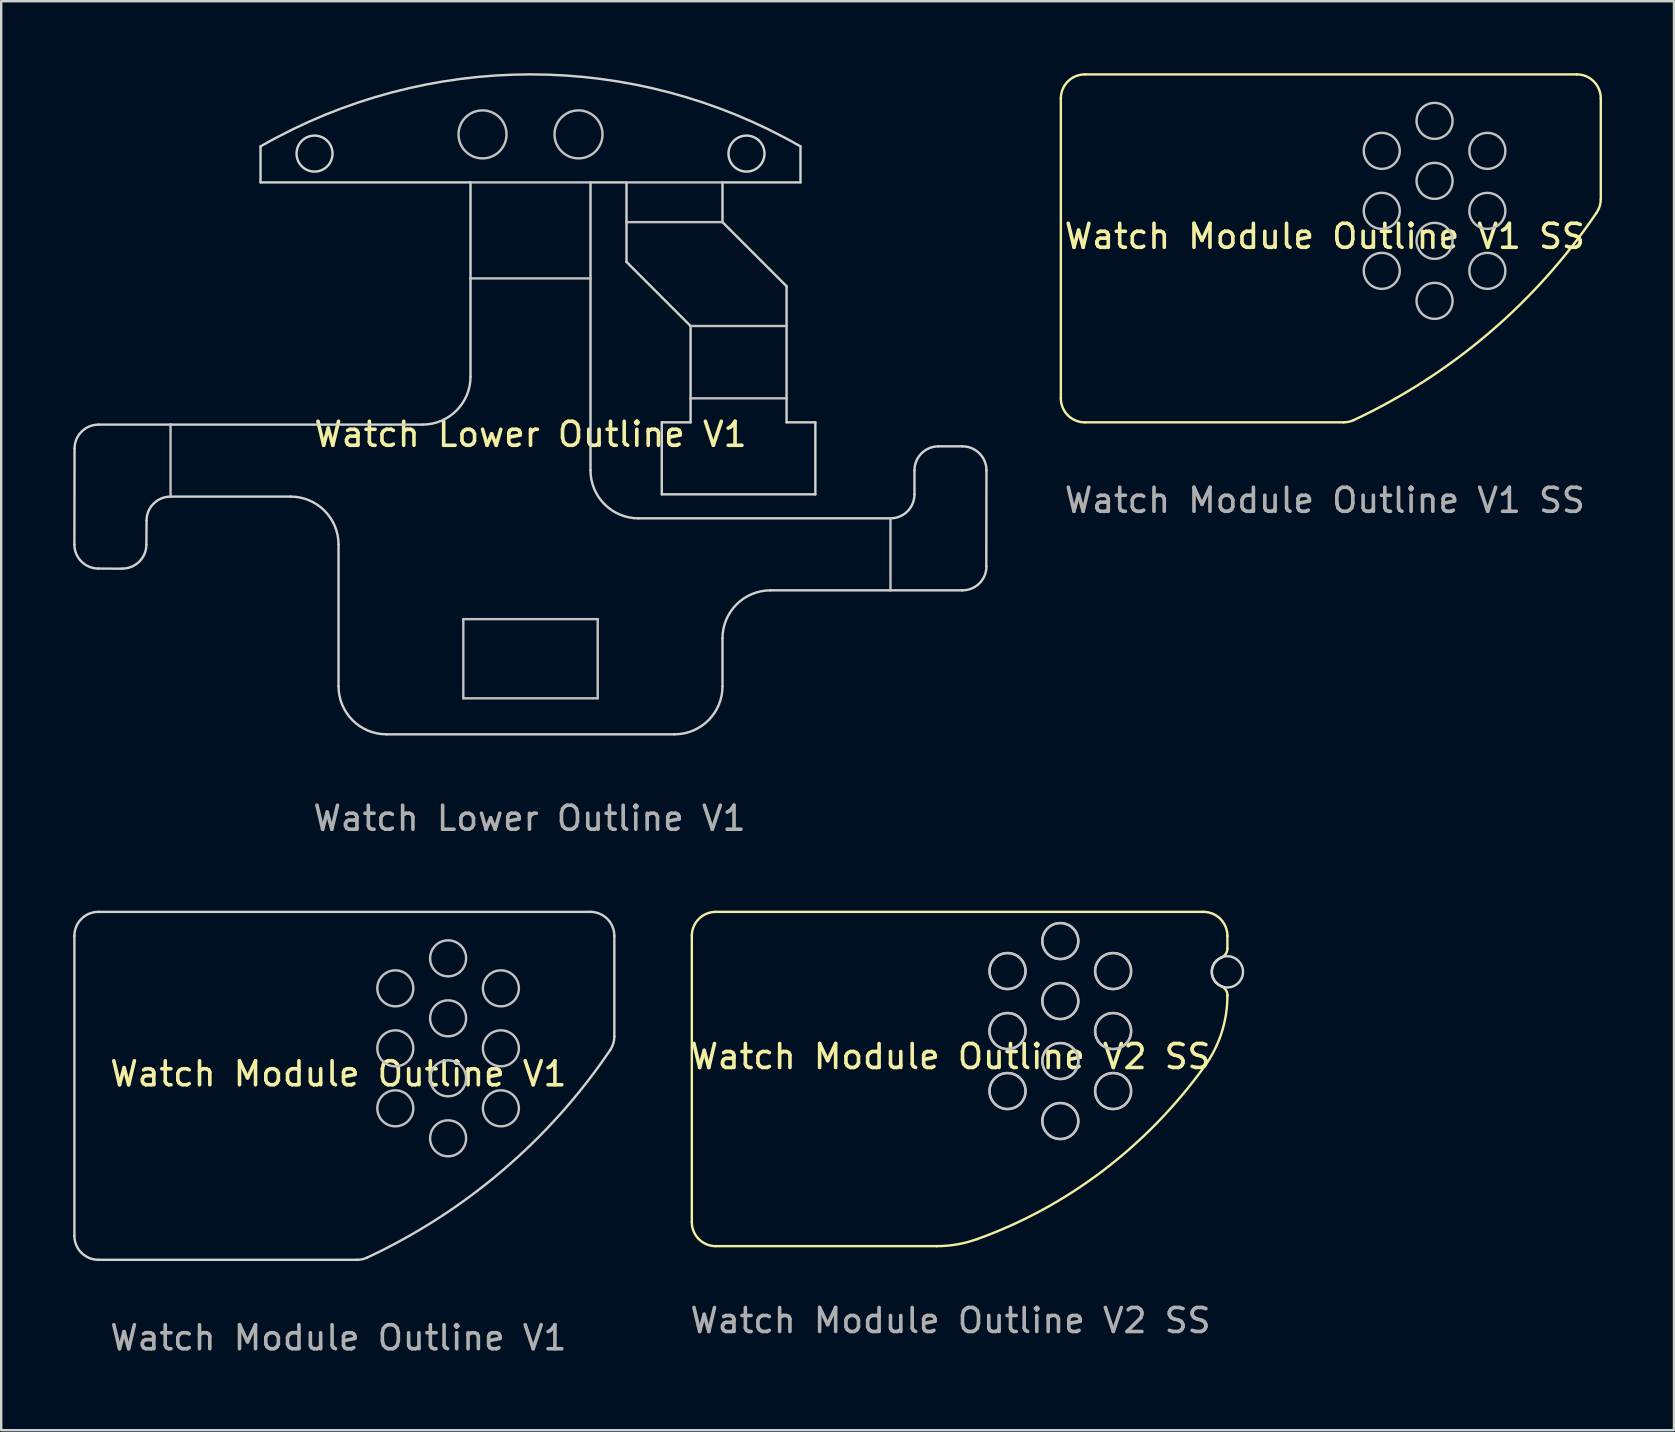
<source format=kicad_pcb>
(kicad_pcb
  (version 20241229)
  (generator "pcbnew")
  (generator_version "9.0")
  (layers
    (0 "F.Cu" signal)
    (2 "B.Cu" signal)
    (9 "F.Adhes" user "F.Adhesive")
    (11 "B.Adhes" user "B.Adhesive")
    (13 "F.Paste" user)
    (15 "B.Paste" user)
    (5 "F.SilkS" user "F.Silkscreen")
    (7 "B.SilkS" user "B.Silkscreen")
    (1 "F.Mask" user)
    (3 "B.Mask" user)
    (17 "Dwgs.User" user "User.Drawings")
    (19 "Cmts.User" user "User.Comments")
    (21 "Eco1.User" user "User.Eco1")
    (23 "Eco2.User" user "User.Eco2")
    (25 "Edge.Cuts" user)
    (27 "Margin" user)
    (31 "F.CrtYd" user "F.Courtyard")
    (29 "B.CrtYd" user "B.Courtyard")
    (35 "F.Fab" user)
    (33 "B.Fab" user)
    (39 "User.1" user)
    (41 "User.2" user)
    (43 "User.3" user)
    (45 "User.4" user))
  (footprint "Watch Module Outline V1 SS"
    (layer "F.Cu")
    (at 52.157 7.3)
    (property "Reference" "Watch Module Outline V1 SS" (at 0 -0.5 0) (unlocked yes) (layer "F.SilkS") (effects (font (size 1 1) (thickness 0.15))))
    (attr smd)
    (fp_line (start -11 -6.25) (end -11 6.25) (stroke (width 0.1) (type solid)) (layer "F.SilkS"))
    (fp_line (start -10 7.25) (end 0.78 7.25) (stroke (width 0.1) (type solid)) (layer "F.SilkS"))
    (fp_line (start 10.5 -7.25) (end -10 -7.25) (stroke (width 0.1) (type solid)) (layer "F.SilkS"))
    (fp_line (start 11.5 -2.053) (end 11.5 -6.25) (stroke (width 0.1) (type solid)) (layer "F.SilkS"))
    (fp_arc (start -10.999904 -6.25) (mid -10.707023 -6.957118) (end -9.999904 -7.25) (stroke (width 0.1) (type solid)) (layer "F.SilkS"))
    (fp_arc (start -9.999904 7.25) (mid -10.707026 6.957123) (end -10.999904 6.25) (stroke (width 0.1) (type solid)) (layer "F.SilkS"))
    (fp_arc (start 1.203704 7.155872) (mid 0.997095 7.226183) (end 0.780153 7.25) (stroke (width 0.1) (type solid)) (layer "F.SilkS"))
    (fp_arc (start 10.500096 -7.25) (mid 11.207203 -6.957107) (end 11.500096 -6.25) (stroke (width 0.1) (type solid)) (layer "F.SilkS"))
    (fp_arc (start 11.328545 -1.492879) (mid 6.85254 3.518002) (end 1.203694 7.155872) (stroke (width 0.1) (type solid)) (layer "F.SilkS"))
    (fp_arc (start 11.500096 -2.0528) (mid 11.456272 -1.760008) (end 11.328641 -1.492878) (stroke (width 0.1) (type solid)) (layer "F.SilkS"))
    (fp_circle (center 2.373 -4.063) (end 1.623 -4.063) (stroke (width 0.1) (type solid)) (fill no) (layer "Dwgs.User"))
    (fp_circle (center 2.373 -1.563) (end 1.623 -1.563) (stroke (width 0.1) (type solid)) (fill no) (layer "Dwgs.User"))
    (fp_circle (center 2.373 0.937) (end 1.623 0.937) (stroke (width 0.1) (type solid)) (fill no) (layer "Dwgs.User"))
    (fp_circle (center 4.573 -5.313) (end 3.823 -5.313) (stroke (width 0.1) (type solid)) (fill no) (layer "Dwgs.User"))
    (fp_circle (center 4.573 -2.813) (end 3.823 -2.813) (stroke (width 0.1) (type solid)) (fill no) (layer "Dwgs.User"))
    (fp_circle (center 4.573 -0.313) (end 3.823 -0.313) (stroke (width 0.1) (type solid)) (fill no) (layer "Dwgs.User"))
    (fp_circle (center 4.573 2.187) (end 3.823 2.187) (stroke (width 0.1) (type solid)) (fill no) (layer "Dwgs.User"))
    (fp_circle (center 6.773 -4.063) (end 6.023 -4.063) (stroke (width 0.1) (type solid)) (fill no) (layer "Dwgs.User"))
    (fp_circle (center 6.773 -1.563) (end 6.023 -1.563) (stroke (width 0.1) (type solid)) (fill no) (layer "Dwgs.User"))
    (fp_circle (center 6.773 0.937) (end 6.023 0.937) (stroke (width 0.1) (type solid)) (fill no) (layer "Dwgs.User"))
    (fp_text user "${REFERENCE}" (at 0 10.5 0) (unlocked yes) (layer "F.Fab") (effects (font (size 1 1) (thickness 0.15)))))
  (footprint "Watch Module Outline V2 SS"
    (layer "F.Cu")
    (at 36.558 41.479)
    (property "Reference" "Watch Module Outline V2 SS" (at 0 -0.5 0) (unlocked yes) (layer "F.SilkS") (effects (font (size 1 1) (thickness 0.15))))
    (attr smd)
    (fp_line (start -10.779 -5.531) (end -10.779 6.4) (stroke (width 0.1) (type solid)) (layer "F.SilkS"))
    (fp_line (start -9.779 7.4) (end -0.58 7.4) (stroke (width 0.1) (type solid)) (layer "F.SilkS"))
    (fp_line (start 10.539 -6.531) (end -9.779 -6.531) (stroke (width 0.1) (type solid)) (layer "F.SilkS"))
    (fp_line (start 11.539 -5.001) (end 11.539 -5.531) (stroke (width 0.1) (type solid)) (layer "F.SilkS"))
    (fp_line (start 11.539 -3.028) (end 11.539 -3.06) (stroke (width 0.1) (type solid)) (layer "F.SilkS"))
    (fp_arc (start -10.779364 -5.530649) (mid -10.486463 -6.237747) (end -9.779364 -6.530649) (stroke (width 0.1) (type solid)) (layer "F.SilkS"))
    (fp_arc (start -9.779324 7.400129) (mid -10.486427 7.107233) (end -10.779324 6.400129) (stroke (width 0.1) (type solid)) (layer "F.SilkS"))
    (fp_arc (start 1.104777 7.107672) (mid 0.274986 7.326423) (end -0.579989 7.400065) (stroke (width 0.1) (type solid)) (layer "F.SilkS"))
    (fp_arc (start 10.538871 -6.530625) (mid 11.245992 -6.237747) (end 11.538871 -5.530625) (stroke (width 0.1) (type solid)) (layer "F.SilkS"))
    (fp_arc (start 11.291252 -3.429638) (mid 10.888857 -4.030625) (end 11.291252 -4.631612) (stroke (width 0.1) (type solid)) (layer "F.SilkS"))
    (fp_arc (start 11.291252 -3.429638) (mid 11.471273 -3.282355) (end 11.538871 -3.0598) (stroke (width 0.1) (type solid)) (layer "F.SilkS"))
    (fp_arc (start 11.538871 -5.00145) (mid 11.471239 -4.778919) (end 11.291252 -4.631612) (stroke (width 0.1) (type solid)) (layer "F.SilkS"))
    (fp_arc (start 11.538871 -3.028146) (mid 11.296727 -1.490999) (end 10.593743 -0.102738) (stroke (width 0.1) (type solid)) (layer "F.SilkS"))
    (fp_curve (pts (xy 1.105 7.108) (xy 4.872 5.76) (xy 8.175 3.249) (xy 10.594 -0.103)) (stroke (width 0.1) (type solid)) (layer "F.SilkS"))
    (fp_circle (center 2.373 -4.063) (end 1.623 -4.063) (stroke (width 0.1) (type solid)) (fill no) (layer "Dwgs.User"))
    (fp_circle (center 2.373 -1.563) (end 1.623 -1.563) (stroke (width 0.1) (type solid)) (fill no) (layer "Dwgs.User"))
    (fp_circle (center 2.373 0.937) (end 1.623 0.937) (stroke (width 0.1) (type solid)) (fill no) (layer "Dwgs.User"))
    (fp_circle (center 2.38 -4.065) (end 3.13 -4.065) (stroke (width 0.1) (type solid)) (fill no) (layer "Dwgs.User"))
    (fp_circle (center 2.38 -1.565) (end 3.13 -1.565) (stroke (width 0.1) (type solid)) (fill no) (layer "Dwgs.User"))
    (fp_circle (center 2.38 0.935) (end 3.13 0.935) (stroke (width 0.1) (type solid)) (fill no) (layer "Dwgs.User"))
    (fp_circle (center 4.573 -5.313) (end 3.823 -5.313) (stroke (width 0.1) (type solid)) (fill no) (layer "Dwgs.User"))
    (fp_circle (center 4.573 -2.813) (end 3.823 -2.813) (stroke (width 0.1) (type solid)) (fill no) (layer "Dwgs.User"))
    (fp_circle (center 4.573 -0.313) (end 3.823 -0.313) (stroke (width 0.1) (type solid)) (fill no) (layer "Dwgs.User"))
    (fp_circle (center 4.573 2.187) (end 3.823 2.187) (stroke (width 0.1) (type solid)) (fill no) (layer "Dwgs.User"))
    (fp_circle (center 4.58 -5.315) (end 5.33 -5.315) (stroke (width 0.1) (type solid)) (fill no) (layer "Dwgs.User"))
    (fp_circle (center 4.58 -2.815) (end 5.33 -2.815) (stroke (width 0.1) (type solid)) (fill no) (layer "Dwgs.User"))
    (fp_circle (center 4.58 -0.315) (end 5.33 -0.315) (stroke (width 0.1) (type solid)) (fill no) (layer "Dwgs.User"))
    (fp_circle (center 4.58 2.185) (end 5.33 2.185) (stroke (width 0.1) (type solid)) (fill no) (layer "Dwgs.User"))
    (fp_circle (center 6.773 -4.063) (end 6.023 -4.063) (stroke (width 0.1) (type solid)) (fill no) (layer "Dwgs.User"))
    (fp_circle (center 6.773 -1.563) (end 6.023 -1.563) (stroke (width 0.1) (type solid)) (fill no) (layer "Dwgs.User"))
    (fp_circle (center 6.773 0.937) (end 6.023 0.937) (stroke (width 0.1) (type solid)) (fill no) (layer "Dwgs.User"))
    (fp_circle (center 6.78 -4.065) (end 7.53 -4.065) (stroke (width 0.1) (type solid)) (fill no) (layer "Dwgs.User"))
    (fp_circle (center 6.78 -1.565) (end 7.53 -1.565) (stroke (width 0.1) (type solid)) (fill no) (layer "Dwgs.User"))
    (fp_circle (center 6.78 0.935) (end 7.53 0.935) (stroke (width 0.1) (type solid)) (fill no) (layer "Dwgs.User"))
    (fp_circle (center 11.539 -4.031) (end 12.189 -4.031) (stroke (width 0.1) (type solid)) (fill no) (layer "Edge.Cuts"))
    (fp_text user "${REFERENCE}" (at 0 10.5 0) (unlocked yes) (layer "F.Fab") (effects (font (size 1 1) (thickness 0.15)))))
  (footprint "Watch Lower Outline V1"
    (layer "F.Cu")
    (at 19.057 15.55)
    (property "Reference" "Watch Lower Outline V1" (at 0 -0.5 0) (unlocked yes) (layer "F.SilkS") (effects (font (size 1 1) (thickness 0.15))))
    (attr smd)
    (fp_line (start -15 2.094) (end -15 -0.906) (stroke (width 0.1) (type solid)) (layer "Dwgs.User"))
    (fp_line (start -2.8 7.2) (end -2.8 10.5) (stroke (width 0.1) (type solid)) (layer "Dwgs.User"))
    (fp_line (start -2.8 10.5) (end 2.8 10.5) (stroke (width 0.1) (type solid)) (layer "Dwgs.User"))
    (fp_line (start 2.5 -11) (end -2.5 -11) (stroke (width 0.1) (type solid)) (layer "Dwgs.User"))
    (fp_line (start 2.5 -7) (end -2.5 -7) (stroke (width 0.1) (type solid)) (layer "Dwgs.User"))
    (fp_line (start 2.8 7.2) (end -2.8 7.2) (stroke (width 0.1) (type solid)) (layer "Dwgs.User"))
    (fp_line (start 2.8 10.5) (end 2.8 7.2) (stroke (width 0.1) (type solid)) (layer "Dwgs.User"))
    (fp_line (start 8 -11) (end 4 -11) (stroke (width 0.1) (type solid)) (layer "Dwgs.User"))
    (fp_line (start 8 -9.343) (end 4 -9.343) (stroke (width 0.1) (type solid)) (layer "Dwgs.User"))
    (fp_line (start 10.67 -5.016) (end 6.67 -5.016) (stroke (width 0.1) (type solid)) (layer "Dwgs.User"))
    (fp_line (start 10.67 -2) (end 6.67 -2) (stroke (width 0.1) (type solid)) (layer "Dwgs.User"))
    (fp_line (start 15 6) (end 15 3) (stroke (width 0.1) (type solid)) (layer "Dwgs.User"))
    (fp_circle (center -2 -13) (end -1 -13) (stroke (width 0.1) (type solid)) (fill no) (layer "Dwgs.User"))
    (fp_circle (center 2 -13) (end 3 -13) (stroke (width 0.1) (type solid)) (fill no) (layer "Dwgs.User"))
    (fp_line (start -19 0.094) (end -19.007 4.092) (stroke (width 0.1) (type solid)) (layer "Edge.Cuts"))
    (fp_line (start -18.007 5.092) (end -17.007 5.098) (stroke (width 0.1) (type solid)) (layer "Edge.Cuts"))
    (fp_line (start -16.007 4.093) (end -16 3.094) (stroke (width 0.1) (type default)) (layer "Edge.Cuts"))
    (fp_line (start -15 -0.906) (end -18 -0.906) (stroke (width 0.1) (type solid)) (layer "Edge.Cuts"))
    (fp_line (start -15 2.094) (end -10 2.094) (stroke (width 0.1) (type solid)) (layer "Edge.Cuts"))
    (fp_line (start -11.25 -12.5) (end -11.25 -11) (stroke (width 0.1) (type solid)) (layer "Edge.Cuts"))
    (fp_line (start -11.25 -11) (end -2.5 -11) (stroke (width 0.1) (type solid)) (layer "Edge.Cuts"))
    (fp_line (start -8 4.094) (end -8 10) (stroke (width 0.1) (type solid)) (layer "Edge.Cuts"))
    (fp_line (start -6 12) (end 6 12) (stroke (width 0.1) (type solid)) (layer "Edge.Cuts"))
    (fp_line (start -4.5 -0.906) (end -15 -0.906) (stroke (width 0.1) (type solid)) (layer "Edge.Cuts"))
    (fp_line (start -2.5 -11) (end -2.5 -7) (stroke (width 0.1) (type solid)) (layer "Edge.Cuts"))
    (fp_line (start -2.5 -7) (end -2.5 -2.906) (stroke (width 0.1) (type solid)) (layer "Edge.Cuts"))
    (fp_line (start 2.5 -7) (end 2.5 -11) (stroke (width 0.1) (type solid)) (layer "Edge.Cuts"))
    (fp_line (start 2.5 1) (end 2.5 -7) (stroke (width 0.1) (type solid)) (layer "Edge.Cuts"))
    (fp_line (start 4 -11) (end 2.5 -11) (stroke (width 0.1) (type default)) (layer "Edge.Cuts"))
    (fp_line (start 4 -11) (end 4 -9.343) (stroke (width 0.1) (type solid)) (layer "Edge.Cuts"))
    (fp_line (start 4 -9.343) (end 4 -7.686) (stroke (width 0.1) (type solid)) (layer "Edge.Cuts"))
    (fp_line (start 4 -7.686) (end 6.67 -5.016) (stroke (width 0.1) (type solid)) (layer "Edge.Cuts"))
    (fp_line (start 5.47 -1) (end 5.47 2) (stroke (width 0.1) (type solid)) (layer "Edge.Cuts"))
    (fp_line (start 5.47 2) (end 11.87 2) (stroke (width 0.1) (type solid)) (layer "Edge.Cuts"))
    (fp_line (start 6.67 -5.016) (end 6.67 -2) (stroke (width 0.1) (type solid)) (layer "Edge.Cuts"))
    (fp_line (start 6.67 -2) (end 6.67 -1) (stroke (width 0.1) (type solid)) (layer "Edge.Cuts"))
    (fp_line (start 6.67 -1) (end 5.47 -1) (stroke (width 0.1) (type solid)) (layer "Edge.Cuts"))
    (fp_line (start 8 -11) (end 11.25 -11) (stroke (width 0.1) (type default)) (layer "Edge.Cuts"))
    (fp_line (start 8 -9.343) (end 8 -11) (stroke (width 0.1) (type solid)) (layer "Edge.Cuts"))
    (fp_line (start 8 10) (end 8 8) (stroke (width 0.1) (type solid)) (layer "Edge.Cuts"))
    (fp_line (start 10 6) (end 15 6) (stroke (width 0.1) (type solid)) (layer "Edge.Cuts"))
    (fp_line (start 10.67 -6.673) (end 8 -9.343) (stroke (width 0.1) (type solid)) (layer "Edge.Cuts"))
    (fp_line (start 10.67 -5.016) (end 10.67 -6.673) (stroke (width 0.1) (type solid)) (layer "Edge.Cuts"))
    (fp_line (start 10.67 -2) (end 10.67 -5.016) (stroke (width 0.1) (type solid)) (layer "Edge.Cuts"))
    (fp_line (start 10.67 -1) (end 10.67 -2) (stroke (width 0.1) (type solid)) (layer "Edge.Cuts"))
    (fp_line (start 11.25 -11) (end 11.25 -12.5) (stroke (width 0.1) (type solid)) (layer "Edge.Cuts"))
    (fp_line (start 11.87 -1) (end 10.67 -1) (stroke (width 0.1) (type solid)) (layer "Edge.Cuts"))
    (fp_line (start 11.87 2) (end 11.87 -1) (stroke (width 0.1) (type solid)) (layer "Edge.Cuts"))
    (fp_line (start 15 3) (end 4.5 3) (stroke (width 0.1) (type solid)) (layer "Edge.Cuts"))
    (fp_line (start 15 6) (end 18 6) (stroke (width 0.1) (type solid)) (layer "Edge.Cuts"))
    (fp_line (start 16 2) (end 16 1) (stroke (width 0.1) (type default)) (layer "Edge.Cuts"))
    (fp_line (start 18 0) (end 17 0) (stroke (width 0.1) (type solid)) (layer "Edge.Cuts"))
    (fp_line (start 18.993 5) (end 19 1) (stroke (width 0.1) (type solid)) (layer "Edge.Cuts"))
    (fp_arc (start -18.999994 0.093756) (mid -18.707103 -0.613353) (end -17.999994 -0.906244) (stroke (width 0.1) (type solid)) (layer "Edge.Cuts"))
    (fp_arc (start -18.007085 5.09208) (mid -18.71417 4.799165) (end -19.007085 4.09208) (stroke (width 0.1) (type solid)) (layer "Edge.Cuts"))
    (fp_arc (start -16.007085 4.092915) (mid -16.3 4.8) (end -17.007085 5.092915) (stroke (width 0.1) (type solid)) (layer "Edge.Cuts"))
    (fp_arc (start -16 3.09375) (mid -15.707109 2.386641) (end -15 2.09375) (stroke (width 0.1) (type solid)) (layer "Edge.Cuts"))
    (fp_arc (start -11.25 -12.5) (mid 0 -15.5) (end 11.25 -12.5) (stroke (width 0.1) (type solid)) (layer "Edge.Cuts"))
    (fp_arc (start -9.999953 2.093723) (mid -8.585737 2.679507) (end -7.999953 4.093723) (stroke (width 0.1) (type solid)) (layer "Edge.Cuts"))
    (fp_arc (start -6 12) (mid -7.414204 11.414204) (end -8 10) (stroke (width 0.1) (type solid)) (layer "Edge.Cuts"))
    (fp_arc (start -2.499973 -2.906203) (mid -3.08578 -1.49201) (end -4.499973 -0.906203) (stroke (width 0.1) (type solid)) (layer "Edge.Cuts"))
    (fp_arc (start 4.499997 2.999923) (mid 3.085811 2.414109) (end 2.499997 0.999923) (stroke (width 0.1) (type solid)) (layer "Edge.Cuts"))
    (fp_arc (start 8 10) (mid 7.414186 11.414186) (end 6 12) (stroke (width 0.1) (type solid)) (layer "Edge.Cuts"))
    (fp_arc (start 8.000077 7.999997) (mid 8.585853 6.585773) (end 10.000077 5.999997) (stroke (width 0.1) (type solid)) (layer "Edge.Cuts"))
    (fp_arc (start 16 1) (mid 16.292893 0.292893) (end 17 0) (stroke (width 0.1) (type solid)) (layer "Edge.Cuts"))
    (fp_arc (start 16 2) (mid 15.707107 2.707107) (end 15 3) (stroke (width 0.1) (type solid)) (layer "Edge.Cuts"))
    (fp_arc (start 18 0) (mid 18.707107 0.292893) (end 19 1) (stroke (width 0.1) (type solid)) (layer "Edge.Cuts"))
    (fp_arc (start 19 5) (mid 18.707077 5.707077) (end 18 6) (stroke (width 0.1) (type solid)) (layer "Edge.Cuts"))
    (fp_circle (center -9 -12.2) (end -8.25 -12.2) (stroke (width 0.1) (type solid)) (fill no) (layer "Edge.Cuts"))
    (fp_circle (center 9 -12.2) (end 9.75 -12.2) (stroke (width 0.1) (type solid)) (fill no) (layer "Edge.Cuts"))
    (fp_text user "${REFERENCE}" (at -0.043 15.5 0) (unlocked yes) (layer "F.Fab") (effects (font (size 1 1) (thickness 0.15)))))
  (footprint "Watch Module Outline V1"
    (layer "F.Cu")
    (at 11.05 42.198)
    (property "Reference" "Watch Module Outline V1" (at 0 -0.5 0) (unlocked yes) (layer "F.SilkS") (effects (font (size 1 1) (thickness 0.15))))
    (attr smd)
    (fp_circle (center 2.373 -4.063) (end 1.623 -4.063) (stroke (width 0.1) (type solid)) (fill no) (layer "Dwgs.User"))
    (fp_circle (center 2.373 -1.563) (end 1.623 -1.563) (stroke (width 0.1) (type solid)) (fill no) (layer "Dwgs.User"))
    (fp_circle (center 2.373 0.937) (end 1.623 0.937) (stroke (width 0.1) (type solid)) (fill no) (layer "Dwgs.User"))
    (fp_circle (center 4.573 -5.313) (end 3.823 -5.313) (stroke (width 0.1) (type solid)) (fill no) (layer "Dwgs.User"))
    (fp_circle (center 4.573 -2.813) (end 3.823 -2.813) (stroke (width 0.1) (type solid)) (fill no) (layer "Dwgs.User"))
    (fp_circle (center 4.573 -0.313) (end 3.823 -0.313) (stroke (width 0.1) (type solid)) (fill no) (layer "Dwgs.User"))
    (fp_circle (center 4.573 2.187) (end 3.823 2.187) (stroke (width 0.1) (type solid)) (fill no) (layer "Dwgs.User"))
    (fp_circle (center 6.773 -4.063) (end 6.023 -4.063) (stroke (width 0.1) (type solid)) (fill no) (layer "Dwgs.User"))
    (fp_circle (center 6.773 -1.563) (end 6.023 -1.563) (stroke (width 0.1) (type solid)) (fill no) (layer "Dwgs.User"))
    (fp_circle (center 6.773 0.937) (end 6.023 0.937) (stroke (width 0.1) (type solid)) (fill no) (layer "Dwgs.User"))
    (fp_line (start -11 -6.25) (end -11 6.25) (stroke (width 0.1) (type solid)) (layer "Edge.Cuts"))
    (fp_line (start -10 7.25) (end 0.78 7.25) (stroke (width 0.1) (type solid)) (layer "Edge.Cuts"))
    (fp_line (start 10.5 -7.25) (end -10 -7.25) (stroke (width 0.1) (type solid)) (layer "Edge.Cuts"))
    (fp_line (start 11.5 -2.053) (end 11.5 -6.25) (stroke (width 0.1) (type solid)) (layer "Edge.Cuts"))
    (fp_arc (start -10.999904 -6.25) (mid -10.707024 -6.957118) (end -9.999904 -7.25) (stroke (width 0.1) (type solid)) (layer "Edge.Cuts"))
    (fp_arc (start -9.999904 7.25) (mid -10.707027 6.957123) (end -10.999904 6.25) (stroke (width 0.1) (type solid)) (layer "Edge.Cuts"))
    (fp_arc (start 1.203704 7.155872) (mid 0.997095 7.226183) (end 0.780153 7.25) (stroke (width 0.1) (type solid)) (layer "Edge.Cuts"))
    (fp_arc (start 10.500096 -7.25) (mid 11.207202 -6.957106) (end 11.500096 -6.25) (stroke (width 0.1) (type solid)) (layer "Edge.Cuts"))
    (fp_arc (start 11.328545 -1.492879) (mid 6.85254 3.518002) (end 1.203694 7.155872) (stroke (width 0.1) (type solid)) (layer "Edge.Cuts"))
    (fp_arc (start 11.500096 -2.0528) (mid 11.45627 -1.760008) (end 11.328641 -1.492878) (stroke (width 0.1) (type solid)) (layer "Edge.Cuts"))
    (fp_text user "${REFERENCE}" (at 0 10.5 0) (unlocked yes) (layer "F.Fab") (effects (font (size 1 1) (thickness 0.15))))
    (zone (net_name "") (layer "B.Cu") (hatch edge 0.5) (connect_pads) (min_thickness 0.25) (filled_areas_thickness no) (keepout (tracks allowed) (vias allowed) (pads allowed) (copperpour allowed) (footprints not_allowed)) (placement (enabled no)) (fill) (polygon (pts (xy 0.05 34.948) (xy 2.05 34.948) (xy 2.05 49.448) (xy 0.05 49.448)))))
  (gr_rect
    (start -3 -3)
    (end 66.707 56.547)
    (stroke (width 0.1) (type default))
    (fill no)
    (layer "Edge.Cuts")))
</source>
